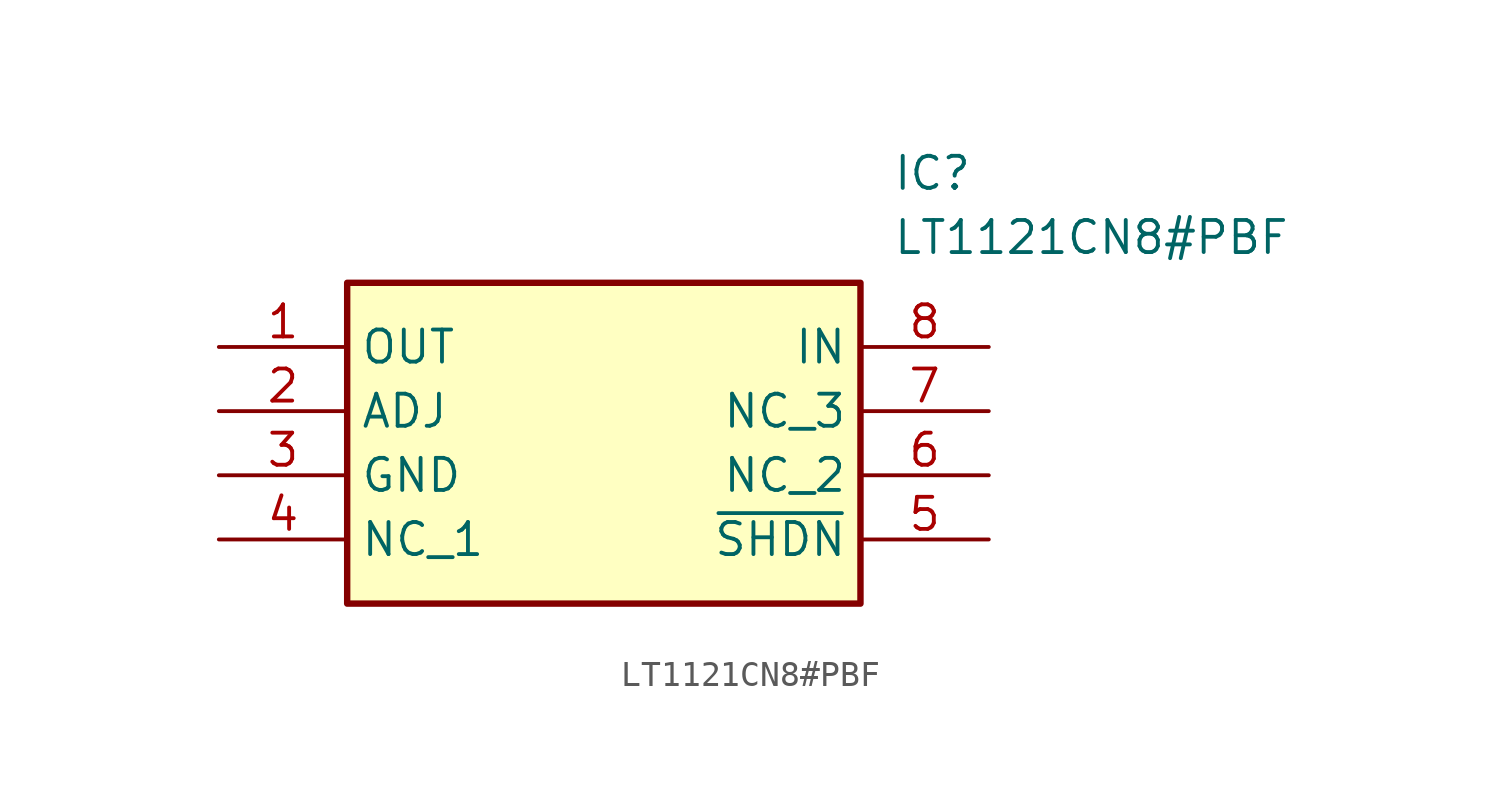
<source format=kicad_sym>
(kicad_symbol_lib
  (version 20211014)
  (generator SamacSys_ECAD_Model)
  (symbol "LT1121CN8#PBF"
    (property "Reference" "IC"
      (at 26.67 7.62 0)
      (effects (font (size 1.27 1.27)) (justify left top)))
    (property "Value" "LT1121CN8#PBF"
      (at 26.67 5.08 0)
      (effects (font (size 1.27 1.27)) (justify left top)))
    (rectangle
      (start 5.08 2.54)
      (end 25.4 -10.16)
      (stroke (width 0.254) (type default))
      (fill (type background)))
    (pin passive line
      (at 0 0 0)
      (length 5.08)
      (name "OUT" (effects (font (size 1.27 1.27))))
      (number "1" (effects (font (size 1.27 1.27)))))
    (pin passive line
      (at 0 -2.54 0)
      (length 5.08)
      (name "ADJ" (effects (font (size 1.27 1.27))))
      (number "2" (effects (font (size 1.27 1.27)))))
    (pin passive line
      (at 0 -5.08 0)
      (length 5.08)
      (name "GND" (effects (font (size 1.27 1.27))))
      (number "3" (effects (font (size 1.27 1.27)))))
    (pin passive line
      (at 0 -7.62 0)
      (length 5.08)
      (name "NC_1" (effects (font (size 1.27 1.27))))
      (number "4" (effects (font (size 1.27 1.27)))))
    (pin passive line
      (at 30.48 0 180)
      (length 5.08)
      (name "IN" (effects (font (size 1.27 1.27))))
      (number "8" (effects (font (size 1.27 1.27)))))
    (pin passive line
      (at 30.48 -2.54 180)
      (length 5.08)
      (name "NC_3" (effects (font (size 1.27 1.27))))
      (number "7" (effects (font (size 1.27 1.27)))))
    (pin passive line
      (at 30.48 -5.08 180)
      (length 5.08)
      (name "NC_2" (effects (font (size 1.27 1.27))))
      (number "6" (effects (font (size 1.27 1.27)))))
    (pin passive line
      (at 30.48 -7.62 180)
      (length 5.08)
      (name "~{SHDN}" (effects (font (size 1.27 1.27))))
      (number "5" (effects (font (size 1.27 1.27)))))))
</source>
